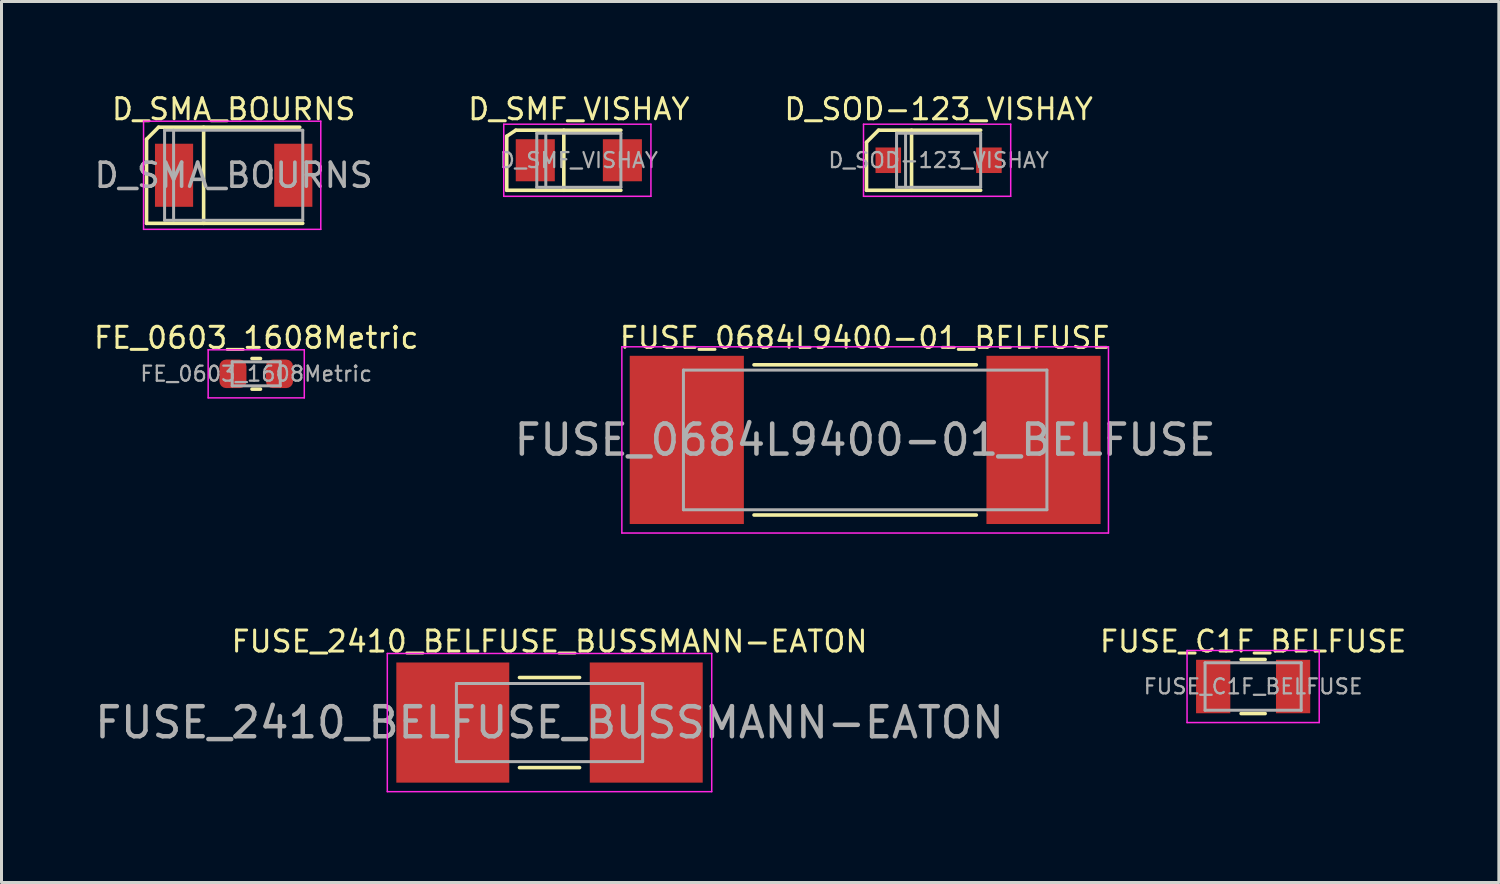
<source format=kicad_pcb>
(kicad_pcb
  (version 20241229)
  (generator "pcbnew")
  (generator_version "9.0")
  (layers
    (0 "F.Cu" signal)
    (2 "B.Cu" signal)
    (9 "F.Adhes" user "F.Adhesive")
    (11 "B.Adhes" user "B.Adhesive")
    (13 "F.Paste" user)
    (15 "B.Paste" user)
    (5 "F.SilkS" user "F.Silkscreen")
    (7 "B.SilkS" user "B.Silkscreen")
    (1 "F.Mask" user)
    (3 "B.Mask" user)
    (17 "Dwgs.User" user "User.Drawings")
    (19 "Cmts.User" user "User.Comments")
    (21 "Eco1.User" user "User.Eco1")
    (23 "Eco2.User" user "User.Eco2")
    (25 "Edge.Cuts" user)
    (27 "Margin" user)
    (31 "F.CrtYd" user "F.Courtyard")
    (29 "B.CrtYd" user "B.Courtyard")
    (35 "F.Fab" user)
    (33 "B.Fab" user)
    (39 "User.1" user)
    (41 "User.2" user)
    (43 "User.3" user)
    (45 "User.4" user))
  (footprint "FUSE_0684L9400-01_BELFUSE"
    (layer "F.Cu")
    (at 25.752 11.595)
    (property "Reference" "FUSE_0684L9400-01_BELFUSE" (at 0 -3.4 0) (layer "F.SilkS") (effects (font (size 0.7 0.7) (thickness 0.1))))
    (attr smd)
    (fp_line (start -3.7 -2.5) (end 3.7 -2.5) (stroke (width 0.12) (type solid)) (layer "F.SilkS"))
    (fp_line (start -3.7 2.5) (end 3.7 2.5) (stroke (width 0.12) (type solid)) (layer "F.SilkS"))
    (fp_line (start -8.1 -3.1) (end 8.1 -3.1) (stroke (width 0.05) (type solid)) (layer "F.CrtYd"))
    (fp_line (start -8.1 3.1) (end -8.1 -3.1) (stroke (width 0.05) (type solid)) (layer "F.CrtYd"))
    (fp_line (start 8.1 -3.1) (end 8.1 3.1) (stroke (width 0.05) (type solid)) (layer "F.CrtYd"))
    (fp_line (start 8.1 3.1) (end -8.1 3.1) (stroke (width 0.05) (type solid)) (layer "F.CrtYd"))
    (fp_line (start -6.05 -2.325) (end 6.05 -2.325) (stroke (width 0.1) (type solid)) (layer "F.Fab"))
    (fp_line (start -6.05 2.325) (end -6.05 -2.325) (stroke (width 0.1) (type solid)) (layer "F.Fab"))
    (fp_line (start 6.05 -2.325) (end 6.05 2.325) (stroke (width 0.1) (type solid)) (layer "F.Fab"))
    (fp_line (start 6.05 2.325) (end -6.05 2.325) (stroke (width 0.1) (type solid)) (layer "F.Fab"))
    (fp_text user "${REFERENCE}" (at 0 0 0) (layer "F.Fab") (effects (font (size 1 1) (thickness 0.15))))
    (pad "1" smd rect (at -5.938 0) (size 3.8 5.6) (layers "F.Cu" "F.Mask" "F.Paste"))
    (pad "2" smd rect (at 5.938 0) (size 3.8 5.6) (layers "F.Cu" "F.Mask" "F.Paste")))
  (footprint "D_SMF_VISHAY"
    (layer "F.Cu")
    (at 16.22 2.285)
    (property "Reference" "D_SMF_VISHAY" (at 0 -1.7 0) (layer "F.SilkS") (effects (font (size 0.7 0.7) (thickness 0.1))))
    (attr smd)
    (fp_line (start -2.4 -0.8) (end -2.1 -1) (stroke (width 0.12) (type solid)) (layer "F.SilkS"))
    (fp_line (start -2.4 1) (end -2.4 -0.8) (stroke (width 0.12) (type solid)) (layer "F.SilkS"))
    (fp_line (start -2.4 1) (end 1.4 1) (stroke (width 0.12) (type solid)) (layer "F.SilkS"))
    (fp_line (start -2.1 -1) (end 1.4 -1) (stroke (width 0.12) (type solid)) (layer "F.SilkS"))
    (fp_line (start -0.5 1) (end -0.5 -1) (stroke (width 0.12) (type solid)) (layer "F.SilkS"))
    (fp_line (start -2.5 -1.2) (end 2.4 -1.2) (stroke (width 0.05) (type solid)) (layer "F.CrtYd"))
    (fp_line (start -2.5 1.2) (end -2.5 -1.2) (stroke (width 0.05) (type solid)) (layer "F.CrtYd"))
    (fp_line (start 2.4 -1.2) (end 2.4 1.2) (stroke (width 0.05) (type solid)) (layer "F.CrtYd"))
    (fp_line (start 2.4 1.2) (end -2.5 1.2) (stroke (width 0.05) (type solid)) (layer "F.CrtYd"))
    (fp_line (start -1.4 0.9) (end -1.4 -0.9) (stroke (width 0.1) (type solid)) (layer "F.Fab"))
    (fp_line (start -1.1 0.9) (end -1.1 -0.9) (stroke (width 0.1) (type solid)) (layer "F.Fab"))
    (fp_line (start 1.4 -0.9) (end -1.4 -0.9) (stroke (width 0.1) (type solid)) (layer "F.Fab"))
    (fp_line (start 1.4 -0.9) (end 1.4 0.9) (stroke (width 0.1) (type solid)) (layer "F.Fab"))
    (fp_line (start 1.4 0.9) (end -1.4 0.9) (stroke (width 0.1) (type solid)) (layer "F.Fab"))
    (fp_text user "${REFERENCE}" (at 0 0 0) (layer "F.Fab") (effects (font (size 0.5 0.5) (thickness 0.075))))
    (pad "1" smd rect (at -1.45 0) (size 1.3 1.4) (layers "F.Cu" "F.Mask" "F.Paste"))
    (pad "2" smd rect (at 1.45 0) (size 1.3 1.4) (layers "F.Cu" "F.Mask" "F.Paste")))
  (footprint "D_SOD-123_VISHAY"
    (layer "F.Cu")
    (at 28.197 2.285)
    (property "Reference" "D_SOD-123_VISHAY" (at 0 -1.7 0) (layer "F.SilkS") (effects (font (size 0.7 0.7) (thickness 0.1))))
    (attr smd)
    (fp_line (start -2.4 -0.6) (end -2.4 1) (stroke (width 0.12) (type solid)) (layer "F.SilkS"))
    (fp_line (start -2.4 -0.6) (end -2 -1) (stroke (width 0.12) (type solid)) (layer "F.SilkS"))
    (fp_line (start -2.4 1) (end 1.4 1) (stroke (width 0.12) (type solid)) (layer "F.SilkS"))
    (fp_line (start -2 -1) (end 1.4 -1) (stroke (width 0.12) (type solid)) (layer "F.SilkS"))
    (fp_line (start -0.9 -1) (end -0.9 1) (stroke (width 0.12) (type solid)) (layer "F.SilkS"))
    (fp_line (start -2.5 -1.2) (end -2.5 1.2) (stroke (width 0.05) (type solid)) (layer "F.CrtYd"))
    (fp_line (start -2.5 -1.2) (end 2.4 -1.2) (stroke (width 0.05) (type solid)) (layer "F.CrtYd"))
    (fp_line (start 2.4 -1.2) (end 2.4 1.2) (stroke (width 0.05) (type solid)) (layer "F.CrtYd"))
    (fp_line (start 2.4 1.2) (end -2.5 1.2) (stroke (width 0.05) (type solid)) (layer "F.CrtYd"))
    (fp_line (start -1.4 -0.9) (end 1.4 -0.9) (stroke (width 0.1) (type solid)) (layer "F.Fab"))
    (fp_line (start -1.4 0.9) (end -1.4 -0.9) (stroke (width 0.1) (type solid)) (layer "F.Fab"))
    (fp_line (start -1.1 0.9) (end -1.1 -0.9) (stroke (width 0.1) (type solid)) (layer "F.Fab"))
    (fp_line (start 1.4 -0.9) (end 1.4 0.9) (stroke (width 0.1) (type solid)) (layer "F.Fab"))
    (fp_line (start 1.4 0.9) (end -1.4 0.9) (stroke (width 0.1) (type solid)) (layer "F.Fab"))
    (fp_text user "${REFERENCE}" (at 0 0 0) (layer "F.Fab") (effects (font (size 0.5 0.5) (thickness 0.075))))
    (pad "1" smd rect (at -1.675 0) (size 0.85 0.85) (layers "F.Cu" "F.Mask" "F.Paste"))
    (pad "2" smd rect (at 1.675 0) (size 0.85 0.85) (layers "F.Cu" "F.Mask" "F.Paste")))
  (footprint "FE_0603_1608Metric"
    (layer "F.Cu")
    (at 5.48 9.395)
    (property "Reference" "FE_0603_1608Metric" (at 0 -1.2 0) (layer "F.SilkS") (effects (font (size 0.7 0.7) (thickness 0.1))))
    (attr smd)
    (fp_line (start -0.141 -0.51) (end 0.141 -0.51) (stroke (width 0.12) (type solid)) (layer "F.SilkS"))
    (fp_line (start -0.141 0.51) (end 0.141 0.51) (stroke (width 0.12) (type solid)) (layer "F.SilkS"))
    (fp_line (start -1.6 -0.8) (end 1.6 -0.8) (stroke (width 0.05) (type solid)) (layer "F.CrtYd"))
    (fp_line (start -1.6 0.8) (end -1.6 -0.8) (stroke (width 0.05) (type solid)) (layer "F.CrtYd"))
    (fp_line (start 1.6 -0.8) (end 1.6 0.8) (stroke (width 0.05) (type solid)) (layer "F.CrtYd"))
    (fp_line (start 1.6 0.8) (end -1.6 0.8) (stroke (width 0.05) (type solid)) (layer "F.CrtYd"))
    (fp_line (start -0.8 -0.4) (end 0.8 -0.4) (stroke (width 0.1) (type solid)) (layer "F.Fab"))
    (fp_line (start -0.8 0.4) (end -0.8 -0.4) (stroke (width 0.1) (type solid)) (layer "F.Fab"))
    (fp_line (start 0.8 -0.4) (end 0.8 0.4) (stroke (width 0.1) (type solid)) (layer "F.Fab"))
    (fp_line (start 0.8 0.4) (end -0.8 0.4) (stroke (width 0.1) (type solid)) (layer "F.Fab"))
    (fp_text user "${REFERENCE}" (at 0 0 0) (layer "F.Fab") (effects (font (size 0.5 0.5) (thickness 0.075))))
    (pad "1" smd roundrect (at -0.775 0) (size 0.9 0.95) (layers "F.Cu" "F.Mask" "F.Paste") (roundrect_rratio 0.25))
    (pad "2" smd roundrect (at 0.775 0) (size 0.9 0.95) (layers "F.Cu" "F.Mask" "F.Paste") (roundrect_rratio 0.25)))
  (footprint "FUSE_2410_BELFUSE_BUSSMANN-EATON"
    (layer "F.Cu")
    (at 15.244 21.005)
    (property "Reference" "FUSE_2410_BELFUSE_BUSSMANN-EATON" (at 0 -2.7 0) (layer "F.SilkS") (effects (font (size 0.7 0.7) (thickness 0.1))))
    (attr smd)
    (fp_line (start -1 -1.5) (end 1 -1.5) (stroke (width 0.12) (type solid)) (layer "F.SilkS"))
    (fp_line (start -1 1.5) (end 1 1.5) (stroke (width 0.12) (type solid)) (layer "F.SilkS"))
    (fp_line (start -5.4 -2.3) (end 5.4 -2.3) (stroke (width 0.05) (type solid)) (layer "F.CrtYd"))
    (fp_line (start -5.4 2.3) (end -5.4 -2.3) (stroke (width 0.05) (type solid)) (layer "F.CrtYd"))
    (fp_line (start 5.4 -2.3) (end 5.4 2.3) (stroke (width 0.05) (type solid)) (layer "F.CrtYd"))
    (fp_line (start 5.4 2.3) (end -5.4 2.3) (stroke (width 0.05) (type solid)) (layer "F.CrtYd"))
    (fp_line (start -3.1 -1.3) (end 3.1 -1.3) (stroke (width 0.1) (type solid)) (layer "F.Fab"))
    (fp_line (start -3.1 1.3) (end -3.1 -1.3) (stroke (width 0.1) (type solid)) (layer "F.Fab"))
    (fp_line (start 3.1 -1.3) (end 3.1 1.3) (stroke (width 0.1) (type solid)) (layer "F.Fab"))
    (fp_line (start 3.1 1.3) (end -3.1 1.3) (stroke (width 0.1) (type solid)) (layer "F.Fab"))
    (fp_text user "${REFERENCE}" (at 0 0 0) (layer "F.Fab") (effects (font (size 1 1) (thickness 0.15))))
    (pad "1" smd rect (at -3.22 0) (size 3.76 4) (layers "F.Cu" "F.Mask" "F.Paste"))
    (pad "2" smd rect (at 3.22 0) (size 3.76 4) (layers "F.Cu" "F.Mask" "F.Paste")))
  (footprint "FUSE_C1F_BELFUSE"
    (layer "F.Cu")
    (at 38.668 19.805)
    (property "Reference" "FUSE_C1F_BELFUSE" (at 0 -1.5 0) (layer "F.SilkS") (effects (font (size 0.7 0.7) (thickness 0.1))))
    (attr smd)
    (fp_line (start -0.4 -0.9) (end 0.4 -0.9) (stroke (width 0.12) (type solid)) (layer "F.SilkS"))
    (fp_line (start -0.4 0.9) (end 0.4 0.9) (stroke (width 0.12) (type solid)) (layer "F.SilkS"))
    (fp_line (start -2.2 -1.2) (end 2.2 -1.2) (stroke (width 0.05) (type solid)) (layer "F.CrtYd"))
    (fp_line (start -2.2 1.2) (end -2.2 -1.2) (stroke (width 0.05) (type solid)) (layer "F.CrtYd"))
    (fp_line (start 2.2 -1.2) (end 2.2 1.2) (stroke (width 0.05) (type solid)) (layer "F.CrtYd"))
    (fp_line (start 2.2 1.2) (end -2.2 1.2) (stroke (width 0.05) (type solid)) (layer "F.CrtYd"))
    (fp_line (start -1.6 -0.79) (end 1.6 -0.79) (stroke (width 0.1) (type solid)) (layer "F.Fab"))
    (fp_line (start -1.6 0.79) (end -1.6 -0.79) (stroke (width 0.1) (type solid)) (layer "F.Fab"))
    (fp_line (start 1.6 -0.79) (end 1.6 0.79) (stroke (width 0.1) (type solid)) (layer "F.Fab"))
    (fp_line (start 1.6 0.79) (end -1.6 0.79) (stroke (width 0.1) (type solid)) (layer "F.Fab"))
    (fp_text user "${REFERENCE}" (at 0 0 0) (layer "F.Fab") (effects (font (size 0.5 0.5) (thickness 0.075))))
    (pad "1" smd rect (at -1.33 0) (size 1.14 1.78) (layers "F.Cu" "F.Mask" "F.Paste"))
    (pad "2" smd rect (at 1.33 0) (size 1.14 1.78) (layers "F.Cu" "F.Mask" "F.Paste")))
  (footprint "D_SMA_BOURNS"
    (layer "F.Cu")
    (at 4.729 2.785)
    (property "Reference" "D_SMA_BOURNS" (at 0 -2.2 0) (layer "F.SilkS") (effects (font (size 0.7 0.7) (thickness 0.1))))
    (attr smd)
    (fp_line (start -2.9 -1.2) (end -2.9 1.6) (stroke (width 0.12) (type solid)) (layer "F.SilkS"))
    (fp_line (start -2.9 1.6) (end 2.3 1.6) (stroke (width 0.12) (type solid)) (layer "F.SilkS"))
    (fp_line (start -2.5 -1.6) (end -2.9 -1.2) (stroke (width 0.12) (type solid)) (layer "F.SilkS"))
    (fp_line (start -2.5 -1.6) (end 2.2 -1.6) (stroke (width 0.12) (type solid)) (layer "F.SilkS"))
    (fp_line (start -1 -1.6) (end -1 1.6) (stroke (width 0.12) (type solid)) (layer "F.SilkS"))
    (fp_line (start -3 -1.8) (end 2.9 -1.8) (stroke (width 0.05) (type solid)) (layer "F.CrtYd"))
    (fp_line (start -3 1.8) (end -3 -1.8) (stroke (width 0.05) (type solid)) (layer "F.CrtYd"))
    (fp_line (start 2.9 -1.8) (end 2.9 1.8) (stroke (width 0.05) (type solid)) (layer "F.CrtYd"))
    (fp_line (start 2.9 1.8) (end -3 1.8) (stroke (width 0.05) (type solid)) (layer "F.CrtYd"))
    (fp_line (start -2.3 1.5) (end -2.3 -1.5) (stroke (width 0.1) (type solid)) (layer "F.Fab"))
    (fp_line (start -2 1.5) (end -2 -1.5) (stroke (width 0.1) (type solid)) (layer "F.Fab"))
    (fp_line (start 2.3 -1.5) (end -2.3 -1.5) (stroke (width 0.1) (type solid)) (layer "F.Fab"))
    (fp_line (start 2.3 -1.5) (end 2.3 1.5) (stroke (width 0.1) (type solid)) (layer "F.Fab"))
    (fp_line (start 2.3 1.5) (end -2.3 1.5) (stroke (width 0.1) (type solid)) (layer "F.Fab"))
    (fp_text user "${REFERENCE}" (at 0 0 0) (layer "F.Fab") (effects (font (size 0.8 0.8) (thickness 0.12))))
    (pad "1" smd rect (at -1.985 0) (size 1.27 2.1) (layers "F.Cu" "F.Mask" "F.Paste"))
    (pad "2" smd rect (at 1.985 0) (size 1.27 2.1) (layers "F.Cu" "F.Mask" "F.Paste")))
  (gr_rect
    (start -3 -3)
    (end 46.848 26.33)
    (stroke (width 0.1) (type default))
    (fill no)
    (layer "Edge.Cuts")))
</source>
